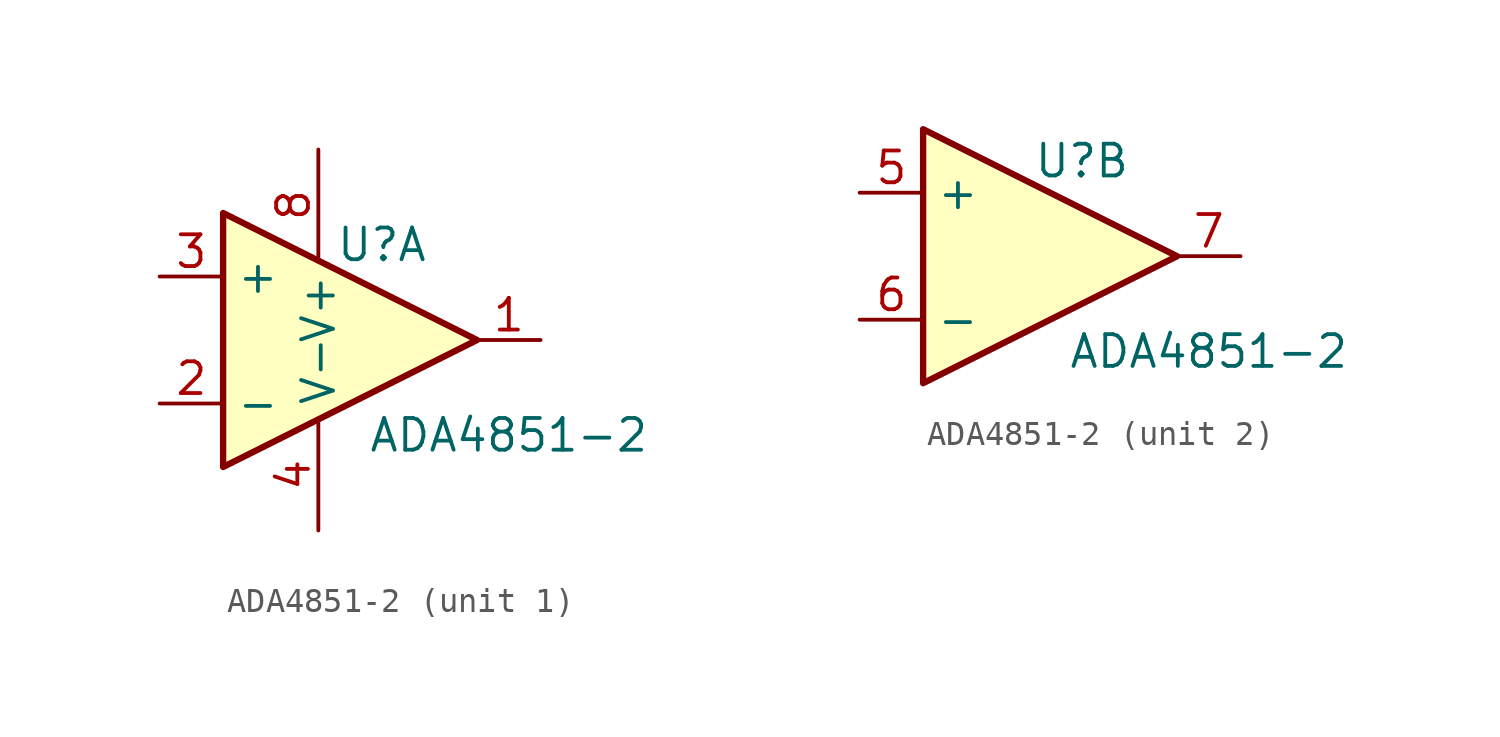
<source format=kicad_sym>
(kicad_symbol_lib
  (version 20211014)
  (generator kicad_symbol_editor)
  (symbol "ADA4851-2"
    (property "Reference" "U"
      (at 2.54 3.81 0)
      (effects (font (size 1.27 1.27))))
    (property "Value" "ADA4851-2"
      (at 7.62 -3.81 0)
      (effects (font (size 1.27 1.27))))
    (property "ki_locked" ""
      (at 0 0 0)
      (effects (font (size 1.27 1.27))))
    (symbol "ADA4851-2_0_1"
      (polyline (pts (xy -3.81 5.08) (xy 6.35 0) (xy -3.81 -5.08) (xy -3.81 5.08)) (stroke (width 0.254) (type default) (color 0 0 0 0)) (fill (type background))))
    (symbol "ADA4851-2_1_1"
      (pin output line (at 8.89 0 180) (length 2.54) (name "~" (effects (font (size 1.27 1.27)))) (number "1" (effects (font (size 1.27 1.27)))))
      (pin input line (at -6.35 -2.54 0) (length 2.54) (name "-" (effects (font (size 1.27 1.27)))) (number "2" (effects (font (size 1.27 1.27)))))
      (pin input line (at -6.35 2.54 0) (length 2.54) (name "+" (effects (font (size 1.27 1.27)))) (number "3" (effects (font (size 1.27 1.27)))))
      (pin power_in line (at 0 -7.62 90) (length 4.445) (name "V-" (effects (font (size 1.27 1.27)))) (number "4" (effects (font (size 1.27 1.27)))))
      (pin power_in line (at 0 7.62 270) (length 4.445) (name "V+" (effects (font (size 1.27 1.27)))) (number "8" (effects (font (size 1.27 1.27))))))
    (symbol "ADA4851-2_2_1"
      (pin input line (at -6.35 2.54 0) (length 2.54) (name "+" (effects (font (size 1.27 1.27)))) (number "5" (effects (font (size 1.27 1.27)))))
      (pin input line (at -6.35 -2.54 0) (length 2.54) (name "-" (effects (font (size 1.27 1.27)))) (number "6" (effects (font (size 1.27 1.27)))))
      (pin output line (at 8.89 0 180) (length 2.54) (name "~" (effects (font (size 1.27 1.27)))) (number "7" (effects (font (size 1.27 1.27))))))))
</source>
